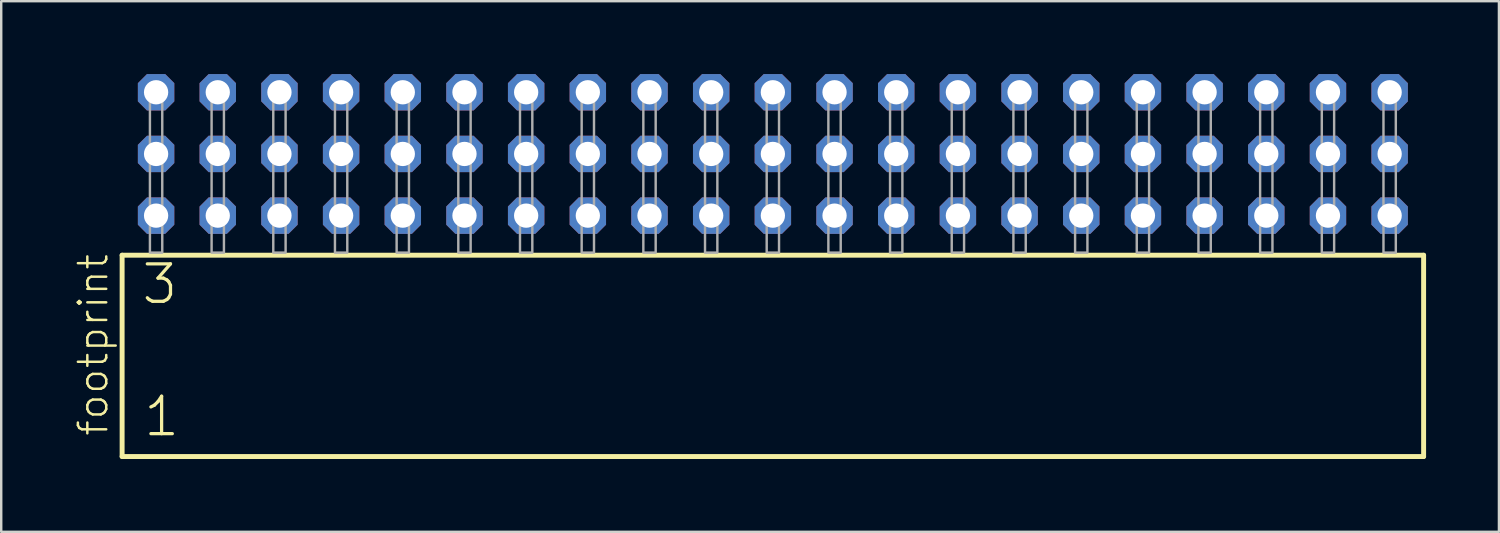
<source format=kicad_pcb>
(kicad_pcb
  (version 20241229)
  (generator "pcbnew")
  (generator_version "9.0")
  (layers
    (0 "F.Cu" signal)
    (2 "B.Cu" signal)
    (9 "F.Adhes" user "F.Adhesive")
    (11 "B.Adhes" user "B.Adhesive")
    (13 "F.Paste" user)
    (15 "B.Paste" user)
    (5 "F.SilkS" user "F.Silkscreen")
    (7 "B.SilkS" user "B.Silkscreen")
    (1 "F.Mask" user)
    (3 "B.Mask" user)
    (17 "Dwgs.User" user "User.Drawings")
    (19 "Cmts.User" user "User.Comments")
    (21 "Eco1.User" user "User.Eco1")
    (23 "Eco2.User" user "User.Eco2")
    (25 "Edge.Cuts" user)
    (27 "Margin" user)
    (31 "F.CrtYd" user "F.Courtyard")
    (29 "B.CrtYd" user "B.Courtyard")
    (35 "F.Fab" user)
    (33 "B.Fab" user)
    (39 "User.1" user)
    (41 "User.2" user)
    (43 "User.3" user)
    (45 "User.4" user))
  (footprint "footprint"
    (layer "F.Cu")
    (at 28.778 7.354)
    (property "Reference" "footprint" (at -27.305 7.62 90) (layer "F.SilkS") (effects (font (size 1.168 1.168) (thickness 0.102)) (justify left bottom)))
    (fp_line (start -26.799 0.106) (end -26.799 8.396) (stroke (width 0.203) (type solid)) (layer "F.SilkS"))
    (fp_line (start -26.799 8.396) (end 26.799 8.396) (stroke (width 0.203) (type solid)) (layer "F.SilkS"))
    (fp_line (start 26.799 0.106) (end -26.799 0.106) (stroke (width 0.203) (type solid)) (layer "F.SilkS"))
    (fp_line (start 26.799 8.396) (end 26.799 0.106) (stroke (width 0.203) (type solid)) (layer "F.SilkS"))
    (fp_poly (pts (xy -25.654 0) (xy -25.146 0) (xy -25.146 -6.858) (xy -25.654 -6.858)) (stroke (width 0.1) (type solid)) (fill no) (layer "F.Fab"))
    (fp_poly (pts (xy -23.114 0) (xy -22.606 0) (xy -22.606 -6.858) (xy -23.114 -6.858)) (stroke (width 0.1) (type solid)) (fill no) (layer "F.Fab"))
    (fp_poly (pts (xy -20.574 0) (xy -20.066 0) (xy -20.066 -6.858) (xy -20.574 -6.858)) (stroke (width 0.1) (type solid)) (fill no) (layer "F.Fab"))
    (fp_poly (pts (xy -18.034 0) (xy -17.526 0) (xy -17.526 -6.858) (xy -18.034 -6.858)) (stroke (width 0.1) (type solid)) (fill no) (layer "F.Fab"))
    (fp_poly (pts (xy -15.494 0) (xy -14.986 0) (xy -14.986 -6.858) (xy -15.494 -6.858)) (stroke (width 0.1) (type solid)) (fill no) (layer "F.Fab"))
    (fp_poly (pts (xy -12.954 0) (xy -12.446 0) (xy -12.446 -6.858) (xy -12.954 -6.858)) (stroke (width 0.1) (type solid)) (fill no) (layer "F.Fab"))
    (fp_poly (pts (xy -10.414 0) (xy -9.906 0) (xy -9.906 -6.858) (xy -10.414 -6.858)) (stroke (width 0.1) (type solid)) (fill no) (layer "F.Fab"))
    (fp_poly (pts (xy -7.874 0) (xy -7.366 0) (xy -7.366 -6.858) (xy -7.874 -6.858)) (stroke (width 0.1) (type solid)) (fill no) (layer "F.Fab"))
    (fp_poly (pts (xy -5.334 0) (xy -4.826 0) (xy -4.826 -6.858) (xy -5.334 -6.858)) (stroke (width 0.1) (type solid)) (fill no) (layer "F.Fab"))
    (fp_poly (pts (xy -2.794 0) (xy -2.286 0) (xy -2.286 -6.858) (xy -2.794 -6.858)) (stroke (width 0.1) (type solid)) (fill no) (layer "F.Fab"))
    (fp_poly (pts (xy -0.254 0) (xy 0.254 0) (xy 0.254 -6.858) (xy -0.254 -6.858)) (stroke (width 0.1) (type solid)) (fill no) (layer "F.Fab"))
    (fp_poly (pts (xy 2.286 0) (xy 2.794 0) (xy 2.794 -6.858) (xy 2.286 -6.858)) (stroke (width 0.1) (type solid)) (fill no) (layer "F.Fab"))
    (fp_poly (pts (xy 4.826 0) (xy 5.334 0) (xy 5.334 -6.858) (xy 4.826 -6.858)) (stroke (width 0.1) (type solid)) (fill no) (layer "F.Fab"))
    (fp_poly (pts (xy 7.366 0) (xy 7.874 0) (xy 7.874 -6.858) (xy 7.366 -6.858)) (stroke (width 0.1) (type solid)) (fill no) (layer "F.Fab"))
    (fp_poly (pts (xy 9.906 0) (xy 10.414 0) (xy 10.414 -6.858) (xy 9.906 -6.858)) (stroke (width 0.1) (type solid)) (fill no) (layer "F.Fab"))
    (fp_poly (pts (xy 12.446 0) (xy 12.954 0) (xy 12.954 -6.858) (xy 12.446 -6.858)) (stroke (width 0.1) (type solid)) (fill no) (layer "F.Fab"))
    (fp_poly (pts (xy 14.986 0) (xy 15.494 0) (xy 15.494 -6.858) (xy 14.986 -6.858)) (stroke (width 0.1) (type solid)) (fill no) (layer "F.Fab"))
    (fp_poly (pts (xy 17.526 0) (xy 18.034 0) (xy 18.034 -6.858) (xy 17.526 -6.858)) (stroke (width 0.1) (type solid)) (fill no) (layer "F.Fab"))
    (fp_poly (pts (xy 20.066 0) (xy 20.574 0) (xy 20.574 -6.858) (xy 20.066 -6.858)) (stroke (width 0.1) (type solid)) (fill no) (layer "F.Fab"))
    (fp_poly (pts (xy 22.606 0) (xy 23.114 0) (xy 23.114 -6.858) (xy 22.606 -6.858)) (stroke (width 0.1) (type solid)) (fill no) (layer "F.Fab"))
    (fp_poly (pts (xy 25.146 0) (xy 25.654 0) (xy 25.654 -6.858) (xy 25.146 -6.858)) (stroke (width 0.1) (type solid)) (fill no) (layer "F.Fab"))
    (fp_text user "3" (at -26.07 2.2 0) (layer "F.SilkS") (effects (font (size 1.542 1.542) (thickness 0.134)) (justify left bottom)))
    (fp_text user "1" (at -25.995 7.65 0) (layer "F.SilkS") (effects (font (size 1.542 1.542) (thickness 0.134)) (justify left bottom)))
    (pad "1" thru_hole roundrect (at -25.4 -1.524) (size 1.5 1.5) (drill 1) (layers "*.Cu" "*.Mask") (roundrect_rratio 0.25) (chamfer_ratio 0.25) (chamfer top_left top_right bottom_left bottom_right))
    (pad "2" thru_hole roundrect (at -25.4 -4.064) (size 1.5 1.5) (drill 1) (layers "*.Cu" "*.Mask") (roundrect_rratio 0.25) (chamfer_ratio 0.25) (chamfer top_left top_right bottom_left bottom_right))
    (pad "3" thru_hole roundrect (at -25.4 -6.604) (size 1.5 1.5) (drill 1) (layers "*.Cu" "*.Mask") (roundrect_rratio 0.25) (chamfer_ratio 0.25) (chamfer top_left top_right bottom_left bottom_right))
    (pad "4" thru_hole roundrect (at -22.86 -1.524) (size 1.5 1.5) (drill 1) (layers "*.Cu" "*.Mask") (roundrect_rratio 0.25) (chamfer_ratio 0.25) (chamfer top_left top_right bottom_left bottom_right))
    (pad "5" thru_hole roundrect (at -22.86 -4.064) (size 1.5 1.5) (drill 1) (layers "*.Cu" "*.Mask") (roundrect_rratio 0.25) (chamfer_ratio 0.25) (chamfer top_left top_right bottom_left bottom_right))
    (pad "6" thru_hole roundrect (at -22.86 -6.604) (size 1.5 1.5) (drill 1) (layers "*.Cu" "*.Mask") (roundrect_rratio 0.25) (chamfer_ratio 0.25) (chamfer top_left top_right bottom_left bottom_right))
    (pad "7" thru_hole roundrect (at -20.32 -1.524) (size 1.5 1.5) (drill 1) (layers "*.Cu" "*.Mask") (roundrect_rratio 0.25) (chamfer_ratio 0.25) (chamfer top_left top_right bottom_left bottom_right))
    (pad "8" thru_hole roundrect (at -20.32 -4.064) (size 1.5 1.5) (drill 1) (layers "*.Cu" "*.Mask") (roundrect_rratio 0.25) (chamfer_ratio 0.25) (chamfer top_left top_right bottom_left bottom_right))
    (pad "9" thru_hole roundrect (at -20.32 -6.604) (size 1.5 1.5) (drill 1) (layers "*.Cu" "*.Mask") (roundrect_rratio 0.25) (chamfer_ratio 0.25) (chamfer top_left top_right bottom_left bottom_right))
    (pad "10" thru_hole roundrect (at -17.78 -1.524) (size 1.5 1.5) (drill 1) (layers "*.Cu" "*.Mask") (roundrect_rratio 0.25) (chamfer_ratio 0.25) (chamfer top_left top_right bottom_left bottom_right))
    (pad "11" thru_hole roundrect (at -17.78 -4.064) (size 1.5 1.5) (drill 1) (layers "*.Cu" "*.Mask") (roundrect_rratio 0.25) (chamfer_ratio 0.25) (chamfer top_left top_right bottom_left bottom_right))
    (pad "12" thru_hole roundrect (at -17.78 -6.604) (size 1.5 1.5) (drill 1) (layers "*.Cu" "*.Mask") (roundrect_rratio 0.25) (chamfer_ratio 0.25) (chamfer top_left top_right bottom_left bottom_right))
    (pad "13" thru_hole roundrect (at -15.24 -1.524) (size 1.5 1.5) (drill 1) (layers "*.Cu" "*.Mask") (roundrect_rratio 0.25) (chamfer_ratio 0.25) (chamfer top_left top_right bottom_left bottom_right))
    (pad "14" thru_hole roundrect (at -15.24 -4.064) (size 1.5 1.5) (drill 1) (layers "*.Cu" "*.Mask") (roundrect_rratio 0.25) (chamfer_ratio 0.25) (chamfer top_left top_right bottom_left bottom_right))
    (pad "15" thru_hole roundrect (at -15.24 -6.604) (size 1.5 1.5) (drill 1) (layers "*.Cu" "*.Mask") (roundrect_rratio 0.25) (chamfer_ratio 0.25) (chamfer top_left top_right bottom_left bottom_right))
    (pad "16" thru_hole roundrect (at -12.7 -1.524) (size 1.5 1.5) (drill 1) (layers "*.Cu" "*.Mask") (roundrect_rratio 0.25) (chamfer_ratio 0.25) (chamfer top_left top_right bottom_left bottom_right))
    (pad "17" thru_hole roundrect (at -12.7 -4.064) (size 1.5 1.5) (drill 1) (layers "*.Cu" "*.Mask") (roundrect_rratio 0.25) (chamfer_ratio 0.25) (chamfer top_left top_right bottom_left bottom_right))
    (pad "18" thru_hole roundrect (at -12.7 -6.604) (size 1.5 1.5) (drill 1) (layers "*.Cu" "*.Mask") (roundrect_rratio 0.25) (chamfer_ratio 0.25) (chamfer top_left top_right bottom_left bottom_right))
    (pad "19" thru_hole roundrect (at -10.16 -1.524) (size 1.5 1.5) (drill 1) (layers "*.Cu" "*.Mask") (roundrect_rratio 0.25) (chamfer_ratio 0.25) (chamfer top_left top_right bottom_left bottom_right))
    (pad "20" thru_hole roundrect (at -10.16 -4.064) (size 1.5 1.5) (drill 1) (layers "*.Cu" "*.Mask") (roundrect_rratio 0.25) (chamfer_ratio 0.25) (chamfer top_left top_right bottom_left bottom_right))
    (pad "21" thru_hole roundrect (at -10.16 -6.604) (size 1.5 1.5) (drill 1) (layers "*.Cu" "*.Mask") (roundrect_rratio 0.25) (chamfer_ratio 0.25) (chamfer top_left top_right bottom_left bottom_right))
    (pad "22" thru_hole roundrect (at -7.62 -1.524) (size 1.5 1.5) (drill 1) (layers "*.Cu" "*.Mask") (roundrect_rratio 0.25) (chamfer_ratio 0.25) (chamfer top_left top_right bottom_left bottom_right))
    (pad "23" thru_hole roundrect (at -7.62 -4.064) (size 1.5 1.5) (drill 1) (layers "*.Cu" "*.Mask") (roundrect_rratio 0.25) (chamfer_ratio 0.25) (chamfer top_left top_right bottom_left bottom_right))
    (pad "24" thru_hole roundrect (at -7.62 -6.604) (size 1.5 1.5) (drill 1) (layers "*.Cu" "*.Mask") (roundrect_rratio 0.25) (chamfer_ratio 0.25) (chamfer top_left top_right bottom_left bottom_right))
    (pad "25" thru_hole roundrect (at -5.08 -1.524) (size 1.5 1.5) (drill 1) (layers "*.Cu" "*.Mask") (roundrect_rratio 0.25) (chamfer_ratio 0.25) (chamfer top_left top_right bottom_left bottom_right))
    (pad "26" thru_hole roundrect (at -5.08 -4.064) (size 1.5 1.5) (drill 1) (layers "*.Cu" "*.Mask") (roundrect_rratio 0.25) (chamfer_ratio 0.25) (chamfer top_left top_right bottom_left bottom_right))
    (pad "27" thru_hole roundrect (at -5.08 -6.604) (size 1.5 1.5) (drill 1) (layers "*.Cu" "*.Mask") (roundrect_rratio 0.25) (chamfer_ratio 0.25) (chamfer top_left top_right bottom_left bottom_right))
    (pad "28" thru_hole roundrect (at -2.54 -1.524) (size 1.5 1.5) (drill 1) (layers "*.Cu" "*.Mask") (roundrect_rratio 0.25) (chamfer_ratio 0.25) (chamfer top_left top_right bottom_left bottom_right))
    (pad "29" thru_hole roundrect (at -2.54 -4.064) (size 1.5 1.5) (drill 1) (layers "*.Cu" "*.Mask") (roundrect_rratio 0.25) (chamfer_ratio 0.25) (chamfer top_left top_right bottom_left bottom_right))
    (pad "30" thru_hole roundrect (at -2.54 -6.604) (size 1.5 1.5) (drill 1) (layers "*.Cu" "*.Mask") (roundrect_rratio 0.25) (chamfer_ratio 0.25) (chamfer top_left top_right bottom_left bottom_right))
    (pad "31" thru_hole roundrect (at 0 -1.524) (size 1.5 1.5) (drill 1) (layers "*.Cu" "*.Mask") (roundrect_rratio 0.25) (chamfer_ratio 0.25) (chamfer top_left top_right bottom_left bottom_right))
    (pad "32" thru_hole roundrect (at 0 -4.064) (size 1.5 1.5) (drill 1) (layers "*.Cu" "*.Mask") (roundrect_rratio 0.25) (chamfer_ratio 0.25) (chamfer top_left top_right bottom_left bottom_right))
    (pad "33" thru_hole roundrect (at 0 -6.604) (size 1.5 1.5) (drill 1) (layers "*.Cu" "*.Mask") (roundrect_rratio 0.25) (chamfer_ratio 0.25) (chamfer top_left top_right bottom_left bottom_right))
    (pad "34" thru_hole roundrect (at 2.54 -1.524) (size 1.5 1.5) (drill 1) (layers "*.Cu" "*.Mask") (roundrect_rratio 0.25) (chamfer_ratio 0.25) (chamfer top_left top_right bottom_left bottom_right))
    (pad "35" thru_hole roundrect (at 2.54 -4.064) (size 1.5 1.5) (drill 1) (layers "*.Cu" "*.Mask") (roundrect_rratio 0.25) (chamfer_ratio 0.25) (chamfer top_left top_right bottom_left bottom_right))
    (pad "36" thru_hole roundrect (at 2.54 -6.604) (size 1.5 1.5) (drill 1) (layers "*.Cu" "*.Mask") (roundrect_rratio 0.25) (chamfer_ratio 0.25) (chamfer top_left top_right bottom_left bottom_right))
    (pad "37" thru_hole roundrect (at 5.08 -1.524) (size 1.5 1.5) (drill 1) (layers "*.Cu" "*.Mask") (roundrect_rratio 0.25) (chamfer_ratio 0.25) (chamfer top_left top_right bottom_left bottom_right))
    (pad "38" thru_hole roundrect (at 5.08 -4.064) (size 1.5 1.5) (drill 1) (layers "*.Cu" "*.Mask") (roundrect_rratio 0.25) (chamfer_ratio 0.25) (chamfer top_left top_right bottom_left bottom_right))
    (pad "39" thru_hole roundrect (at 5.08 -6.604) (size 1.5 1.5) (drill 1) (layers "*.Cu" "*.Mask") (roundrect_rratio 0.25) (chamfer_ratio 0.25) (chamfer top_left top_right bottom_left bottom_right))
    (pad "40" thru_hole roundrect (at 7.62 -1.524) (size 1.5 1.5) (drill 1) (layers "*.Cu" "*.Mask") (roundrect_rratio 0.25) (chamfer_ratio 0.25) (chamfer top_left top_right bottom_left bottom_right))
    (pad "41" thru_hole roundrect (at 7.62 -4.064) (size 1.5 1.5) (drill 1) (layers "*.Cu" "*.Mask") (roundrect_rratio 0.25) (chamfer_ratio 0.25) (chamfer top_left top_right bottom_left bottom_right))
    (pad "42" thru_hole roundrect (at 7.62 -6.604) (size 1.5 1.5) (drill 1) (layers "*.Cu" "*.Mask") (roundrect_rratio 0.25) (chamfer_ratio 0.25) (chamfer top_left top_right bottom_left bottom_right))
    (pad "43" thru_hole roundrect (at 10.16 -1.524) (size 1.5 1.5) (drill 1) (layers "*.Cu" "*.Mask") (roundrect_rratio 0.25) (chamfer_ratio 0.25) (chamfer top_left top_right bottom_left bottom_right))
    (pad "44" thru_hole roundrect (at 10.16 -4.064) (size 1.5 1.5) (drill 1) (layers "*.Cu" "*.Mask") (roundrect_rratio 0.25) (chamfer_ratio 0.25) (chamfer top_left top_right bottom_left bottom_right))
    (pad "45" thru_hole roundrect (at 10.16 -6.604) (size 1.5 1.5) (drill 1) (layers "*.Cu" "*.Mask") (roundrect_rratio 0.25) (chamfer_ratio 0.25) (chamfer top_left top_right bottom_left bottom_right))
    (pad "46" thru_hole roundrect (at 12.7 -1.524) (size 1.5 1.5) (drill 1) (layers "*.Cu" "*.Mask") (roundrect_rratio 0.25) (chamfer_ratio 0.25) (chamfer top_left top_right bottom_left bottom_right))
    (pad "47" thru_hole roundrect (at 12.7 -4.064) (size 1.5 1.5) (drill 1) (layers "*.Cu" "*.Mask") (roundrect_rratio 0.25) (chamfer_ratio 0.25) (chamfer top_left top_right bottom_left bottom_right))
    (pad "48" thru_hole roundrect (at 12.7 -6.604) (size 1.5 1.5) (drill 1) (layers "*.Cu" "*.Mask") (roundrect_rratio 0.25) (chamfer_ratio 0.25) (chamfer top_left top_right bottom_left bottom_right))
    (pad "49" thru_hole roundrect (at 15.24 -1.524) (size 1.5 1.5) (drill 1) (layers "*.Cu" "*.Mask") (roundrect_rratio 0.25) (chamfer_ratio 0.25) (chamfer top_left top_right bottom_left bottom_right))
    (pad "50" thru_hole roundrect (at 15.24 -4.064) (size 1.5 1.5) (drill 1) (layers "*.Cu" "*.Mask") (roundrect_rratio 0.25) (chamfer_ratio 0.25) (chamfer top_left top_right bottom_left bottom_right))
    (pad "51" thru_hole roundrect (at 15.24 -6.604) (size 1.5 1.5) (drill 1) (layers "*.Cu" "*.Mask") (roundrect_rratio 0.25) (chamfer_ratio 0.25) (chamfer top_left top_right bottom_left bottom_right))
    (pad "52" thru_hole roundrect (at 17.78 -1.524) (size 1.5 1.5) (drill 1) (layers "*.Cu" "*.Mask") (roundrect_rratio 0.25) (chamfer_ratio 0.25) (chamfer top_left top_right bottom_left bottom_right))
    (pad "53" thru_hole roundrect (at 17.78 -4.064) (size 1.5 1.5) (drill 1) (layers "*.Cu" "*.Mask") (roundrect_rratio 0.25) (chamfer_ratio 0.25) (chamfer top_left top_right bottom_left bottom_right))
    (pad "54" thru_hole roundrect (at 17.78 -6.604) (size 1.5 1.5) (drill 1) (layers "*.Cu" "*.Mask") (roundrect_rratio 0.25) (chamfer_ratio 0.25) (chamfer top_left top_right bottom_left bottom_right))
    (pad "55" thru_hole roundrect (at 20.32 -1.524) (size 1.5 1.5) (drill 1) (layers "*.Cu" "*.Mask") (roundrect_rratio 0.25) (chamfer_ratio 0.25) (chamfer top_left top_right bottom_left bottom_right))
    (pad "56" thru_hole roundrect (at 20.32 -4.064) (size 1.5 1.5) (drill 1) (layers "*.Cu" "*.Mask") (roundrect_rratio 0.25) (chamfer_ratio 0.25) (chamfer top_left top_right bottom_left bottom_right))
    (pad "57" thru_hole roundrect (at 20.32 -6.604) (size 1.5 1.5) (drill 1) (layers "*.Cu" "*.Mask") (roundrect_rratio 0.25) (chamfer_ratio 0.25) (chamfer top_left top_right bottom_left bottom_right))
    (pad "58" thru_hole roundrect (at 22.86 -1.524) (size 1.5 1.5) (drill 1) (layers "*.Cu" "*.Mask") (roundrect_rratio 0.25) (chamfer_ratio 0.25) (chamfer top_left top_right bottom_left bottom_right))
    (pad "59" thru_hole roundrect (at 22.86 -4.064) (size 1.5 1.5) (drill 1) (layers "*.Cu" "*.Mask") (roundrect_rratio 0.25) (chamfer_ratio 0.25) (chamfer top_left top_right bottom_left bottom_right))
    (pad "60" thru_hole roundrect (at 22.86 -6.604) (size 1.5 1.5) (drill 1) (layers "*.Cu" "*.Mask") (roundrect_rratio 0.25) (chamfer_ratio 0.25) (chamfer top_left top_right bottom_left bottom_right))
    (pad "61" thru_hole roundrect (at 25.4 -1.524) (size 1.5 1.5) (drill 1) (layers "*.Cu" "*.Mask") (roundrect_rratio 0.25) (chamfer_ratio 0.25) (chamfer top_left top_right bottom_left bottom_right))
    (pad "62" thru_hole roundrect (at 25.4 -4.064) (size 1.5 1.5) (drill 1) (layers "*.Cu" "*.Mask") (roundrect_rratio 0.25) (chamfer_ratio 0.25) (chamfer top_left top_right bottom_left bottom_right))
    (pad "63" thru_hole roundrect (at 25.4 -6.604) (size 1.5 1.5) (drill 1) (layers "*.Cu" "*.Mask") (roundrect_rratio 0.25) (chamfer_ratio 0.25) (chamfer top_left top_right bottom_left bottom_right)))
  (gr_rect
    (start -3 -3)
    (end 58.679 18.852)
    (stroke (width 0.1) (type default))
    (fill no)
    (layer "Edge.Cuts")))
</source>
